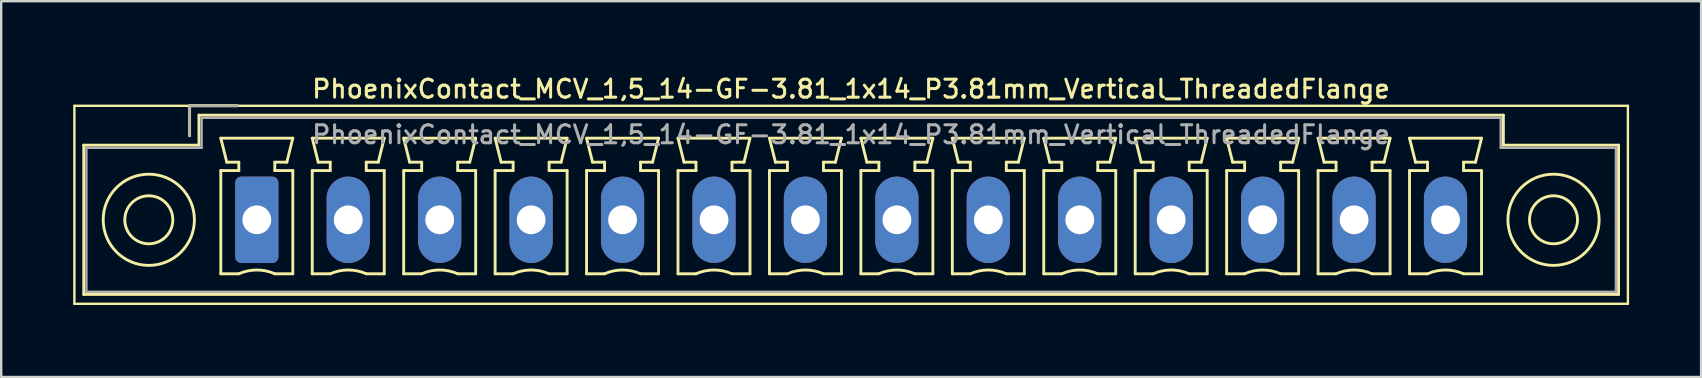
<source format=kicad_pcb>
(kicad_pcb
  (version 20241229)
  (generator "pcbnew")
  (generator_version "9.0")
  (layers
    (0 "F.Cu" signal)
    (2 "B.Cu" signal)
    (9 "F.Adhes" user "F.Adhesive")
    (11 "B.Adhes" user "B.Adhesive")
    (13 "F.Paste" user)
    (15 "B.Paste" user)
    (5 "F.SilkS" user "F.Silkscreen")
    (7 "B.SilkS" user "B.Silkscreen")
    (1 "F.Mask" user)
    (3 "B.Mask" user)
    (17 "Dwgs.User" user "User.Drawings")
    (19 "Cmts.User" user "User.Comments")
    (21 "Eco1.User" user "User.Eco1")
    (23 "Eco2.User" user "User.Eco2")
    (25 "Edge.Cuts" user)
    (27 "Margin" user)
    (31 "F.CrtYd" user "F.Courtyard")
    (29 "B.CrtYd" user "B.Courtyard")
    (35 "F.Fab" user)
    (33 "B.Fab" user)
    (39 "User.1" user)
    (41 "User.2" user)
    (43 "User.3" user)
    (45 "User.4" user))
  (footprint "PhoenixContact_MCV_1,5_14-GF-3.81_1x14_P3.81mm_Vertical_ThreadedFlange"
    (layer "F.Cu")
    (at 7.65 6.108)
    (property "Reference" "PhoenixContact_MCV_1,5_14-GF-3.81_1x14_P3.81mm_Vertical_ThreadedFlange" (at 24.76 -5.45 0) (layer "F.SilkS") (effects (font (size 0.75 0.75) (thickness 0.125))))
    (attr through_hole)
    (fp_line (start -7.6 -4.75) (end -7.6 3.5) (stroke (width 0.1) (type solid)) (layer "F.SilkS"))
    (fp_line (start -7.6 3.5) (end 57.13 3.5) (stroke (width 0.1) (type solid)) (layer "F.SilkS"))
    (fp_line (start -7.21 -3.11) (end -7.21 3.11) (stroke (width 0.12) (type solid)) (layer "F.SilkS"))
    (fp_line (start -7.21 3.11) (end 56.74 3.11) (stroke (width 0.12) (type solid)) (layer "F.SilkS"))
    (fp_line (start -2.8 -4.75) (end -0.8 -4.75) (stroke (width 0.12) (type solid)) (layer "F.SilkS"))
    (fp_line (start -2.8 -3.5) (end -2.8 -4.75) (stroke (width 0.12) (type solid)) (layer "F.SilkS"))
    (fp_line (start -2.41 -4.36) (end -2.41 -3.11) (stroke (width 0.12) (type solid)) (layer "F.SilkS"))
    (fp_line (start -2.41 -3.11) (end -7.21 -3.11) (stroke (width 0.12) (type solid)) (layer "F.SilkS"))
    (fp_line (start -1.5 -3.4) (end 1.5 -3.4) (stroke (width 0.12) (type solid)) (layer "F.SilkS"))
    (fp_line (start -1.5 -2.05) (end -0.75 -2.05) (stroke (width 0.12) (type solid)) (layer "F.SilkS"))
    (fp_line (start -1.5 2.25) (end -1.5 -2.05) (stroke (width 0.12) (type solid)) (layer "F.SilkS"))
    (fp_line (start -1.25 -2.4) (end -1.5 -3.4) (stroke (width 0.12) (type solid)) (layer "F.SilkS"))
    (fp_line (start -0.75 -2.4) (end -1.25 -2.4) (stroke (width 0.12) (type solid)) (layer "F.SilkS"))
    (fp_line (start -0.75 -2.05) (end -0.75 -2.4) (stroke (width 0.12) (type solid)) (layer "F.SilkS"))
    (fp_line (start -0.75 2.25) (end -1.5 2.25) (stroke (width 0.12) (type solid)) (layer "F.SilkS"))
    (fp_line (start 0.75 -2.4) (end 0.75 -2.05) (stroke (width 0.12) (type solid)) (layer "F.SilkS"))
    (fp_line (start 0.75 -2.05) (end 1.5 -2.05) (stroke (width 0.12) (type solid)) (layer "F.SilkS"))
    (fp_line (start 1.25 -2.4) (end 0.75 -2.4) (stroke (width 0.12) (type solid)) (layer "F.SilkS"))
    (fp_line (start 1.5 -3.4) (end 1.25 -2.4) (stroke (width 0.12) (type solid)) (layer "F.SilkS"))
    (fp_line (start 1.5 -2.05) (end 1.5 2.25) (stroke (width 0.12) (type solid)) (layer "F.SilkS"))
    (fp_line (start 1.5 2.25) (end 0.75 2.25) (stroke (width 0.12) (type solid)) (layer "F.SilkS"))
    (fp_line (start 2.31 -3.4) (end 5.31 -3.4) (stroke (width 0.12) (type solid)) (layer "F.SilkS"))
    (fp_line (start 2.31 -2.05) (end 3.06 -2.05) (stroke (width 0.12) (type solid)) (layer "F.SilkS"))
    (fp_line (start 2.31 2.25) (end 2.31 -2.05) (stroke (width 0.12) (type solid)) (layer "F.SilkS"))
    (fp_line (start 2.56 -2.4) (end 2.31 -3.4) (stroke (width 0.12) (type solid)) (layer "F.SilkS"))
    (fp_line (start 3.06 -2.4) (end 2.56 -2.4) (stroke (width 0.12) (type solid)) (layer "F.SilkS"))
    (fp_line (start 3.06 -2.05) (end 3.06 -2.4) (stroke (width 0.12) (type solid)) (layer "F.SilkS"))
    (fp_line (start 3.06 2.25) (end 2.31 2.25) (stroke (width 0.12) (type solid)) (layer "F.SilkS"))
    (fp_line (start 4.56 -2.4) (end 4.56 -2.05) (stroke (width 0.12) (type solid)) (layer "F.SilkS"))
    (fp_line (start 4.56 -2.05) (end 5.31 -2.05) (stroke (width 0.12) (type solid)) (layer "F.SilkS"))
    (fp_line (start 5.06 -2.4) (end 4.56 -2.4) (stroke (width 0.12) (type solid)) (layer "F.SilkS"))
    (fp_line (start 5.31 -3.4) (end 5.06 -2.4) (stroke (width 0.12) (type solid)) (layer "F.SilkS"))
    (fp_line (start 5.31 -2.05) (end 5.31 2.25) (stroke (width 0.12) (type solid)) (layer "F.SilkS"))
    (fp_line (start 5.31 2.25) (end 4.56 2.25) (stroke (width 0.12) (type solid)) (layer "F.SilkS"))
    (fp_line (start 6.12 -3.4) (end 9.12 -3.4) (stroke (width 0.12) (type solid)) (layer "F.SilkS"))
    (fp_line (start 6.12 -2.05) (end 6.87 -2.05) (stroke (width 0.12) (type solid)) (layer "F.SilkS"))
    (fp_line (start 6.12 2.25) (end 6.12 -2.05) (stroke (width 0.12) (type solid)) (layer "F.SilkS"))
    (fp_line (start 6.37 -2.4) (end 6.12 -3.4) (stroke (width 0.12) (type solid)) (layer "F.SilkS"))
    (fp_line (start 6.87 -2.4) (end 6.37 -2.4) (stroke (width 0.12) (type solid)) (layer "F.SilkS"))
    (fp_line (start 6.87 -2.05) (end 6.87 -2.4) (stroke (width 0.12) (type solid)) (layer "F.SilkS"))
    (fp_line (start 6.87 2.25) (end 6.12 2.25) (stroke (width 0.12) (type solid)) (layer "F.SilkS"))
    (fp_line (start 8.37 -2.4) (end 8.37 -2.05) (stroke (width 0.12) (type solid)) (layer "F.SilkS"))
    (fp_line (start 8.37 -2.05) (end 9.12 -2.05) (stroke (width 0.12) (type solid)) (layer "F.SilkS"))
    (fp_line (start 8.87 -2.4) (end 8.37 -2.4) (stroke (width 0.12) (type solid)) (layer "F.SilkS"))
    (fp_line (start 9.12 -3.4) (end 8.87 -2.4) (stroke (width 0.12) (type solid)) (layer "F.SilkS"))
    (fp_line (start 9.12 -2.05) (end 9.12 2.25) (stroke (width 0.12) (type solid)) (layer "F.SilkS"))
    (fp_line (start 9.12 2.25) (end 8.37 2.25) (stroke (width 0.12) (type solid)) (layer "F.SilkS"))
    (fp_line (start 9.93 -3.4) (end 12.93 -3.4) (stroke (width 0.12) (type solid)) (layer "F.SilkS"))
    (fp_line (start 9.93 -2.05) (end 10.68 -2.05) (stroke (width 0.12) (type solid)) (layer "F.SilkS"))
    (fp_line (start 9.93 2.25) (end 9.93 -2.05) (stroke (width 0.12) (type solid)) (layer "F.SilkS"))
    (fp_line (start 10.18 -2.4) (end 9.93 -3.4) (stroke (width 0.12) (type solid)) (layer "F.SilkS"))
    (fp_line (start 10.68 -2.4) (end 10.18 -2.4) (stroke (width 0.12) (type solid)) (layer "F.SilkS"))
    (fp_line (start 10.68 -2.05) (end 10.68 -2.4) (stroke (width 0.12) (type solid)) (layer "F.SilkS"))
    (fp_line (start 10.68 2.25) (end 9.93 2.25) (stroke (width 0.12) (type solid)) (layer "F.SilkS"))
    (fp_line (start 12.18 -2.4) (end 12.18 -2.05) (stroke (width 0.12) (type solid)) (layer "F.SilkS"))
    (fp_line (start 12.18 -2.05) (end 12.93 -2.05) (stroke (width 0.12) (type solid)) (layer "F.SilkS"))
    (fp_line (start 12.68 -2.4) (end 12.18 -2.4) (stroke (width 0.12) (type solid)) (layer "F.SilkS"))
    (fp_line (start 12.93 -3.4) (end 12.68 -2.4) (stroke (width 0.12) (type solid)) (layer "F.SilkS"))
    (fp_line (start 12.93 -2.05) (end 12.93 2.25) (stroke (width 0.12) (type solid)) (layer "F.SilkS"))
    (fp_line (start 12.93 2.25) (end 12.18 2.25) (stroke (width 0.12) (type solid)) (layer "F.SilkS"))
    (fp_line (start 13.74 -3.4) (end 16.74 -3.4) (stroke (width 0.12) (type solid)) (layer "F.SilkS"))
    (fp_line (start 13.74 -2.05) (end 14.49 -2.05) (stroke (width 0.12) (type solid)) (layer "F.SilkS"))
    (fp_line (start 13.74 2.25) (end 13.74 -2.05) (stroke (width 0.12) (type solid)) (layer "F.SilkS"))
    (fp_line (start 13.99 -2.4) (end 13.74 -3.4) (stroke (width 0.12) (type solid)) (layer "F.SilkS"))
    (fp_line (start 14.49 -2.4) (end 13.99 -2.4) (stroke (width 0.12) (type solid)) (layer "F.SilkS"))
    (fp_line (start 14.49 -2.05) (end 14.49 -2.4) (stroke (width 0.12) (type solid)) (layer "F.SilkS"))
    (fp_line (start 14.49 2.25) (end 13.74 2.25) (stroke (width 0.12) (type solid)) (layer "F.SilkS"))
    (fp_line (start 15.99 -2.4) (end 15.99 -2.05) (stroke (width 0.12) (type solid)) (layer "F.SilkS"))
    (fp_line (start 15.99 -2.05) (end 16.74 -2.05) (stroke (width 0.12) (type solid)) (layer "F.SilkS"))
    (fp_line (start 16.49 -2.4) (end 15.99 -2.4) (stroke (width 0.12) (type solid)) (layer "F.SilkS"))
    (fp_line (start 16.74 -3.4) (end 16.49 -2.4) (stroke (width 0.12) (type solid)) (layer "F.SilkS"))
    (fp_line (start 16.74 -2.05) (end 16.74 2.25) (stroke (width 0.12) (type solid)) (layer "F.SilkS"))
    (fp_line (start 16.74 2.25) (end 15.99 2.25) (stroke (width 0.12) (type solid)) (layer "F.SilkS"))
    (fp_line (start 17.55 -3.4) (end 20.55 -3.4) (stroke (width 0.12) (type solid)) (layer "F.SilkS"))
    (fp_line (start 17.55 -2.05) (end 18.3 -2.05) (stroke (width 0.12) (type solid)) (layer "F.SilkS"))
    (fp_line (start 17.55 2.25) (end 17.55 -2.05) (stroke (width 0.12) (type solid)) (layer "F.SilkS"))
    (fp_line (start 17.8 -2.4) (end 17.55 -3.4) (stroke (width 0.12) (type solid)) (layer "F.SilkS"))
    (fp_line (start 18.3 -2.4) (end 17.8 -2.4) (stroke (width 0.12) (type solid)) (layer "F.SilkS"))
    (fp_line (start 18.3 -2.05) (end 18.3 -2.4) (stroke (width 0.12) (type solid)) (layer "F.SilkS"))
    (fp_line (start 18.3 2.25) (end 17.55 2.25) (stroke (width 0.12) (type solid)) (layer "F.SilkS"))
    (fp_line (start 19.8 -2.4) (end 19.8 -2.05) (stroke (width 0.12) (type solid)) (layer "F.SilkS"))
    (fp_line (start 19.8 -2.05) (end 20.55 -2.05) (stroke (width 0.12) (type solid)) (layer "F.SilkS"))
    (fp_line (start 20.3 -2.4) (end 19.8 -2.4) (stroke (width 0.12) (type solid)) (layer "F.SilkS"))
    (fp_line (start 20.55 -3.4) (end 20.3 -2.4) (stroke (width 0.12) (type solid)) (layer "F.SilkS"))
    (fp_line (start 20.55 -2.05) (end 20.55 2.25) (stroke (width 0.12) (type solid)) (layer "F.SilkS"))
    (fp_line (start 20.55 2.25) (end 19.8 2.25) (stroke (width 0.12) (type solid)) (layer "F.SilkS"))
    (fp_line (start 21.36 -3.4) (end 24.36 -3.4) (stroke (width 0.12) (type solid)) (layer "F.SilkS"))
    (fp_line (start 21.36 -2.05) (end 22.11 -2.05) (stroke (width 0.12) (type solid)) (layer "F.SilkS"))
    (fp_line (start 21.36 2.25) (end 21.36 -2.05) (stroke (width 0.12) (type solid)) (layer "F.SilkS"))
    (fp_line (start 21.61 -2.4) (end 21.36 -3.4) (stroke (width 0.12) (type solid)) (layer "F.SilkS"))
    (fp_line (start 22.11 -2.4) (end 21.61 -2.4) (stroke (width 0.12) (type solid)) (layer "F.SilkS"))
    (fp_line (start 22.11 -2.05) (end 22.11 -2.4) (stroke (width 0.12) (type solid)) (layer "F.SilkS"))
    (fp_line (start 22.11 2.25) (end 21.36 2.25) (stroke (width 0.12) (type solid)) (layer "F.SilkS"))
    (fp_line (start 23.61 -2.4) (end 23.61 -2.05) (stroke (width 0.12) (type solid)) (layer "F.SilkS"))
    (fp_line (start 23.61 -2.05) (end 24.36 -2.05) (stroke (width 0.12) (type solid)) (layer "F.SilkS"))
    (fp_line (start 24.11 -2.4) (end 23.61 -2.4) (stroke (width 0.12) (type solid)) (layer "F.SilkS"))
    (fp_line (start 24.36 -3.4) (end 24.11 -2.4) (stroke (width 0.12) (type solid)) (layer "F.SilkS"))
    (fp_line (start 24.36 -2.05) (end 24.36 2.25) (stroke (width 0.12) (type solid)) (layer "F.SilkS"))
    (fp_line (start 24.36 2.25) (end 23.61 2.25) (stroke (width 0.12) (type solid)) (layer "F.SilkS"))
    (fp_line (start 25.17 -3.4) (end 28.17 -3.4) (stroke (width 0.12) (type solid)) (layer "F.SilkS"))
    (fp_line (start 25.17 -2.05) (end 25.92 -2.05) (stroke (width 0.12) (type solid)) (layer "F.SilkS"))
    (fp_line (start 25.17 2.25) (end 25.17 -2.05) (stroke (width 0.12) (type solid)) (layer "F.SilkS"))
    (fp_line (start 25.42 -2.4) (end 25.17 -3.4) (stroke (width 0.12) (type solid)) (layer "F.SilkS"))
    (fp_line (start 25.92 -2.4) (end 25.42 -2.4) (stroke (width 0.12) (type solid)) (layer "F.SilkS"))
    (fp_line (start 25.92 -2.05) (end 25.92 -2.4) (stroke (width 0.12) (type solid)) (layer "F.SilkS"))
    (fp_line (start 25.92 2.25) (end 25.17 2.25) (stroke (width 0.12) (type solid)) (layer "F.SilkS"))
    (fp_line (start 27.42 -2.4) (end 27.42 -2.05) (stroke (width 0.12) (type solid)) (layer "F.SilkS"))
    (fp_line (start 27.42 -2.05) (end 28.17 -2.05) (stroke (width 0.12) (type solid)) (layer "F.SilkS"))
    (fp_line (start 27.92 -2.4) (end 27.42 -2.4) (stroke (width 0.12) (type solid)) (layer "F.SilkS"))
    (fp_line (start 28.17 -3.4) (end 27.92 -2.4) (stroke (width 0.12) (type solid)) (layer "F.SilkS"))
    (fp_line (start 28.17 -2.05) (end 28.17 2.25) (stroke (width 0.12) (type solid)) (layer "F.SilkS"))
    (fp_line (start 28.17 2.25) (end 27.42 2.25) (stroke (width 0.12) (type solid)) (layer "F.SilkS"))
    (fp_line (start 28.98 -3.4) (end 31.98 -3.4) (stroke (width 0.12) (type solid)) (layer "F.SilkS"))
    (fp_line (start 28.98 -2.05) (end 29.73 -2.05) (stroke (width 0.12) (type solid)) (layer "F.SilkS"))
    (fp_line (start 28.98 2.25) (end 28.98 -2.05) (stroke (width 0.12) (type solid)) (layer "F.SilkS"))
    (fp_line (start 29.23 -2.4) (end 28.98 -3.4) (stroke (width 0.12) (type solid)) (layer "F.SilkS"))
    (fp_line (start 29.73 -2.4) (end 29.23 -2.4) (stroke (width 0.12) (type solid)) (layer "F.SilkS"))
    (fp_line (start 29.73 -2.05) (end 29.73 -2.4) (stroke (width 0.12) (type solid)) (layer "F.SilkS"))
    (fp_line (start 29.73 2.25) (end 28.98 2.25) (stroke (width 0.12) (type solid)) (layer "F.SilkS"))
    (fp_line (start 31.23 -2.4) (end 31.23 -2.05) (stroke (width 0.12) (type solid)) (layer "F.SilkS"))
    (fp_line (start 31.23 -2.05) (end 31.98 -2.05) (stroke (width 0.12) (type solid)) (layer "F.SilkS"))
    (fp_line (start 31.73 -2.4) (end 31.23 -2.4) (stroke (width 0.12) (type solid)) (layer "F.SilkS"))
    (fp_line (start 31.98 -3.4) (end 31.73 -2.4) (stroke (width 0.12) (type solid)) (layer "F.SilkS"))
    (fp_line (start 31.98 -2.05) (end 31.98 2.25) (stroke (width 0.12) (type solid)) (layer "F.SilkS"))
    (fp_line (start 31.98 2.25) (end 31.23 2.25) (stroke (width 0.12) (type solid)) (layer "F.SilkS"))
    (fp_line (start 32.79 -3.4) (end 35.79 -3.4) (stroke (width 0.12) (type solid)) (layer "F.SilkS"))
    (fp_line (start 32.79 -2.05) (end 33.54 -2.05) (stroke (width 0.12) (type solid)) (layer "F.SilkS"))
    (fp_line (start 32.79 2.25) (end 32.79 -2.05) (stroke (width 0.12) (type solid)) (layer "F.SilkS"))
    (fp_line (start 33.04 -2.4) (end 32.79 -3.4) (stroke (width 0.12) (type solid)) (layer "F.SilkS"))
    (fp_line (start 33.54 -2.4) (end 33.04 -2.4) (stroke (width 0.12) (type solid)) (layer "F.SilkS"))
    (fp_line (start 33.54 -2.05) (end 33.54 -2.4) (stroke (width 0.12) (type solid)) (layer "F.SilkS"))
    (fp_line (start 33.54 2.25) (end 32.79 2.25) (stroke (width 0.12) (type solid)) (layer "F.SilkS"))
    (fp_line (start 35.04 -2.4) (end 35.04 -2.05) (stroke (width 0.12) (type solid)) (layer "F.SilkS"))
    (fp_line (start 35.04 -2.05) (end 35.79 -2.05) (stroke (width 0.12) (type solid)) (layer "F.SilkS"))
    (fp_line (start 35.54 -2.4) (end 35.04 -2.4) (stroke (width 0.12) (type solid)) (layer "F.SilkS"))
    (fp_line (start 35.79 -3.4) (end 35.54 -2.4) (stroke (width 0.12) (type solid)) (layer "F.SilkS"))
    (fp_line (start 35.79 -2.05) (end 35.79 2.25) (stroke (width 0.12) (type solid)) (layer "F.SilkS"))
    (fp_line (start 35.79 2.25) (end 35.04 2.25) (stroke (width 0.12) (type solid)) (layer "F.SilkS"))
    (fp_line (start 36.6 -3.4) (end 39.6 -3.4) (stroke (width 0.12) (type solid)) (layer "F.SilkS"))
    (fp_line (start 36.6 -2.05) (end 37.35 -2.05) (stroke (width 0.12) (type solid)) (layer "F.SilkS"))
    (fp_line (start 36.6 2.25) (end 36.6 -2.05) (stroke (width 0.12) (type solid)) (layer "F.SilkS"))
    (fp_line (start 36.85 -2.4) (end 36.6 -3.4) (stroke (width 0.12) (type solid)) (layer "F.SilkS"))
    (fp_line (start 37.35 -2.4) (end 36.85 -2.4) (stroke (width 0.12) (type solid)) (layer "F.SilkS"))
    (fp_line (start 37.35 -2.05) (end 37.35 -2.4) (stroke (width 0.12) (type solid)) (layer "F.SilkS"))
    (fp_line (start 37.35 2.25) (end 36.6 2.25) (stroke (width 0.12) (type solid)) (layer "F.SilkS"))
    (fp_line (start 38.85 -2.4) (end 38.85 -2.05) (stroke (width 0.12) (type solid)) (layer "F.SilkS"))
    (fp_line (start 38.85 -2.05) (end 39.6 -2.05) (stroke (width 0.12) (type solid)) (layer "F.SilkS"))
    (fp_line (start 39.35 -2.4) (end 38.85 -2.4) (stroke (width 0.12) (type solid)) (layer "F.SilkS"))
    (fp_line (start 39.6 -3.4) (end 39.35 -2.4) (stroke (width 0.12) (type solid)) (layer "F.SilkS"))
    (fp_line (start 39.6 -2.05) (end 39.6 2.25) (stroke (width 0.12) (type solid)) (layer "F.SilkS"))
    (fp_line (start 39.6 2.25) (end 38.85 2.25) (stroke (width 0.12) (type solid)) (layer "F.SilkS"))
    (fp_line (start 40.41 -3.4) (end 43.41 -3.4) (stroke (width 0.12) (type solid)) (layer "F.SilkS"))
    (fp_line (start 40.41 -2.05) (end 41.16 -2.05) (stroke (width 0.12) (type solid)) (layer "F.SilkS"))
    (fp_line (start 40.41 2.25) (end 40.41 -2.05) (stroke (width 0.12) (type solid)) (layer "F.SilkS"))
    (fp_line (start 40.66 -2.4) (end 40.41 -3.4) (stroke (width 0.12) (type solid)) (layer "F.SilkS"))
    (fp_line (start 41.16 -2.4) (end 40.66 -2.4) (stroke (width 0.12) (type solid)) (layer "F.SilkS"))
    (fp_line (start 41.16 -2.05) (end 41.16 -2.4) (stroke (width 0.12) (type solid)) (layer "F.SilkS"))
    (fp_line (start 41.16 2.25) (end 40.41 2.25) (stroke (width 0.12) (type solid)) (layer "F.SilkS"))
    (fp_line (start 42.66 -2.4) (end 42.66 -2.05) (stroke (width 0.12) (type solid)) (layer "F.SilkS"))
    (fp_line (start 42.66 -2.05) (end 43.41 -2.05) (stroke (width 0.12) (type solid)) (layer "F.SilkS"))
    (fp_line (start 43.16 -2.4) (end 42.66 -2.4) (stroke (width 0.12) (type solid)) (layer "F.SilkS"))
    (fp_line (start 43.41 -3.4) (end 43.16 -2.4) (stroke (width 0.12) (type solid)) (layer "F.SilkS"))
    (fp_line (start 43.41 -2.05) (end 43.41 2.25) (stroke (width 0.12) (type solid)) (layer "F.SilkS"))
    (fp_line (start 43.41 2.25) (end 42.66 2.25) (stroke (width 0.12) (type solid)) (layer "F.SilkS"))
    (fp_line (start 44.22 -3.4) (end 47.22 -3.4) (stroke (width 0.12) (type solid)) (layer "F.SilkS"))
    (fp_line (start 44.22 -2.05) (end 44.97 -2.05) (stroke (width 0.12) (type solid)) (layer "F.SilkS"))
    (fp_line (start 44.22 2.25) (end 44.22 -2.05) (stroke (width 0.12) (type solid)) (layer "F.SilkS"))
    (fp_line (start 44.47 -2.4) (end 44.22 -3.4) (stroke (width 0.12) (type solid)) (layer "F.SilkS"))
    (fp_line (start 44.97 -2.4) (end 44.47 -2.4) (stroke (width 0.12) (type solid)) (layer "F.SilkS"))
    (fp_line (start 44.97 -2.05) (end 44.97 -2.4) (stroke (width 0.12) (type solid)) (layer "F.SilkS"))
    (fp_line (start 44.97 2.25) (end 44.22 2.25) (stroke (width 0.12) (type solid)) (layer "F.SilkS"))
    (fp_line (start 46.47 -2.4) (end 46.47 -2.05) (stroke (width 0.12) (type solid)) (layer "F.SilkS"))
    (fp_line (start 46.47 -2.05) (end 47.22 -2.05) (stroke (width 0.12) (type solid)) (layer "F.SilkS"))
    (fp_line (start 46.97 -2.4) (end 46.47 -2.4) (stroke (width 0.12) (type solid)) (layer "F.SilkS"))
    (fp_line (start 47.22 -3.4) (end 46.97 -2.4) (stroke (width 0.12) (type solid)) (layer "F.SilkS"))
    (fp_line (start 47.22 -2.05) (end 47.22 2.25) (stroke (width 0.12) (type solid)) (layer "F.SilkS"))
    (fp_line (start 47.22 2.25) (end 46.47 2.25) (stroke (width 0.12) (type solid)) (layer "F.SilkS"))
    (fp_line (start 48.03 -3.4) (end 51.03 -3.4) (stroke (width 0.12) (type solid)) (layer "F.SilkS"))
    (fp_line (start 48.03 -2.05) (end 48.78 -2.05) (stroke (width 0.12) (type solid)) (layer "F.SilkS"))
    (fp_line (start 48.03 2.25) (end 48.03 -2.05) (stroke (width 0.12) (type solid)) (layer "F.SilkS"))
    (fp_line (start 48.28 -2.4) (end 48.03 -3.4) (stroke (width 0.12) (type solid)) (layer "F.SilkS"))
    (fp_line (start 48.78 -2.4) (end 48.28 -2.4) (stroke (width 0.12) (type solid)) (layer "F.SilkS"))
    (fp_line (start 48.78 -2.05) (end 48.78 -2.4) (stroke (width 0.12) (type solid)) (layer "F.SilkS"))
    (fp_line (start 48.78 2.25) (end 48.03 2.25) (stroke (width 0.12) (type solid)) (layer "F.SilkS"))
    (fp_line (start 50.28 -2.4) (end 50.28 -2.05) (stroke (width 0.12) (type solid)) (layer "F.SilkS"))
    (fp_line (start 50.28 -2.05) (end 51.03 -2.05) (stroke (width 0.12) (type solid)) (layer "F.SilkS"))
    (fp_line (start 50.78 -2.4) (end 50.28 -2.4) (stroke (width 0.12) (type solid)) (layer "F.SilkS"))
    (fp_line (start 51.03 -3.4) (end 50.78 -2.4) (stroke (width 0.12) (type solid)) (layer "F.SilkS"))
    (fp_line (start 51.03 -2.05) (end 51.03 2.25) (stroke (width 0.12) (type solid)) (layer "F.SilkS"))
    (fp_line (start 51.03 2.25) (end 50.28 2.25) (stroke (width 0.12) (type solid)) (layer "F.SilkS"))
    (fp_line (start 51.94 -4.36) (end -2.41 -4.36) (stroke (width 0.12) (type solid)) (layer "F.SilkS"))
    (fp_line (start 51.94 -3.11) (end 51.94 -4.36) (stroke (width 0.12) (type solid)) (layer "F.SilkS"))
    (fp_line (start 56.74 -3.11) (end 51.94 -3.11) (stroke (width 0.12) (type solid)) (layer "F.SilkS"))
    (fp_line (start 56.74 3.11) (end 56.74 -3.11) (stroke (width 0.12) (type solid)) (layer "F.SilkS"))
    (fp_line (start 57.13 -4.75) (end -7.6 -4.75) (stroke (width 0.1) (type solid)) (layer "F.SilkS"))
    (fp_line (start 57.13 3.5) (end 57.13 -4.75) (stroke (width 0.1) (type solid)) (layer "F.SilkS"))
    (fp_arc (start -0.75 2.25) (mid -0.000193 2.09191) (end 0.749647 2.249844) (stroke (width 0.12) (type solid)) (layer "F.SilkS"))
    (fp_arc (start 3.06 2.25) (mid 3.809807 2.09191) (end 4.559647 2.249844) (stroke (width 0.12) (type solid)) (layer "F.SilkS"))
    (fp_arc (start 6.87 2.25) (mid 7.619807 2.09191) (end 8.369647 2.249844) (stroke (width 0.12) (type solid)) (layer "F.SilkS"))
    (fp_arc (start 10.68 2.25) (mid 11.429807 2.09191) (end 12.179647 2.249844) (stroke (width 0.12) (type solid)) (layer "F.SilkS"))
    (fp_arc (start 14.49 2.25) (mid 15.239807 2.09191) (end 15.989647 2.249844) (stroke (width 0.12) (type solid)) (layer "F.SilkS"))
    (fp_arc (start 18.3 2.25) (mid 19.049807 2.09191) (end 19.799647 2.249844) (stroke (width 0.12) (type solid)) (layer "F.SilkS"))
    (fp_arc (start 22.11 2.25) (mid 22.859807 2.09191) (end 23.609647 2.249844) (stroke (width 0.12) (type solid)) (layer "F.SilkS"))
    (fp_arc (start 25.92 2.25) (mid 26.669807 2.09191) (end 27.419647 2.249844) (stroke (width 0.12) (type solid)) (layer "F.SilkS"))
    (fp_arc (start 29.73 2.25) (mid 30.479807 2.09191) (end 31.229647 2.249844) (stroke (width 0.12) (type solid)) (layer "F.SilkS"))
    (fp_arc (start 33.54 2.25) (mid 34.289807 2.09191) (end 35.039647 2.249844) (stroke (width 0.12) (type solid)) (layer "F.SilkS"))
    (fp_arc (start 37.35 2.25) (mid 38.099807 2.09191) (end 38.849647 2.249844) (stroke (width 0.12) (type solid)) (layer "F.SilkS"))
    (fp_arc (start 41.16 2.25) (mid 41.909807 2.09191) (end 42.659647 2.249844) (stroke (width 0.12) (type solid)) (layer "F.SilkS"))
    (fp_arc (start 44.97 2.25) (mid 45.719807 2.09191) (end 46.469647 2.249844) (stroke (width 0.12) (type solid)) (layer "F.SilkS"))
    (fp_arc (start 48.78 2.25) (mid 49.529807 2.09191) (end 50.279647 2.249844) (stroke (width 0.12) (type solid)) (layer "F.SilkS"))
    (fp_circle (center -4.5 0) (end -3.5 0) (stroke (width 0.12) (type solid)) (fill no) (layer "F.SilkS"))
    (fp_circle (center -4.5 0) (end -2.6 0) (stroke (width 0.12) (type solid)) (fill no) (layer "F.SilkS"))
    (fp_circle (center 54.03 0) (end 55.03 0) (stroke (width 0.12) (type solid)) (fill no) (layer "F.SilkS"))
    (fp_circle (center 54.03 0) (end 55.93 0) (stroke (width 0.12) (type solid)) (fill no) (layer "F.SilkS"))
    (fp_line (start -7.1 -3) (end -7.1 3) (stroke (width 0.1) (type solid)) (layer "F.Fab"))
    (fp_line (start -7.1 3) (end 56.63 3) (stroke (width 0.1) (type solid)) (layer "F.Fab"))
    (fp_line (start -2.8 -4.75) (end -0.8 -4.75) (stroke (width 0.1) (type solid)) (layer "F.Fab"))
    (fp_line (start -2.8 -3.5) (end -2.8 -4.75) (stroke (width 0.1) (type solid)) (layer "F.Fab"))
    (fp_line (start -2.3 -4.25) (end -2.3 -3) (stroke (width 0.1) (type solid)) (layer "F.Fab"))
    (fp_line (start -2.3 -3) (end -7.1 -3) (stroke (width 0.1) (type solid)) (layer "F.Fab"))
    (fp_line (start 51.83 -4.25) (end -2.3 -4.25) (stroke (width 0.1) (type solid)) (layer "F.Fab"))
    (fp_line (start 51.83 -3) (end 51.83 -4.25) (stroke (width 0.1) (type solid)) (layer "F.Fab"))
    (fp_line (start 56.63 -3) (end 51.83 -3) (stroke (width 0.1) (type solid)) (layer "F.Fab"))
    (fp_line (start 56.63 3) (end 56.63 -3) (stroke (width 0.1) (type solid)) (layer "F.Fab"))
    (fp_text user "${REFERENCE}" (at 24.76 -3.55 0) (layer "F.Fab") (effects (font (size 0.75 0.75) (thickness 0.125))))
    (pad "1" thru_hole roundrect (at 0 0) (size 1.8 3.6) (drill 1.2) (layers "*.Cu" "*.Mask") (roundrect_rratio 0.139))
    (pad "2" thru_hole oval (at 3.81 0) (size 1.8 3.6) (drill 1.2) (layers "*.Cu" "*.Mask"))
    (pad "3" thru_hole oval (at 7.62 0) (size 1.8 3.6) (drill 1.2) (layers "*.Cu" "*.Mask"))
    (pad "4" thru_hole oval (at 11.43 0) (size 1.8 3.6) (drill 1.2) (layers "*.Cu" "*.Mask"))
    (pad "5" thru_hole oval (at 15.24 0) (size 1.8 3.6) (drill 1.2) (layers "*.Cu" "*.Mask"))
    (pad "6" thru_hole oval (at 19.05 0) (size 1.8 3.6) (drill 1.2) (layers "*.Cu" "*.Mask"))
    (pad "7" thru_hole oval (at 22.86 0) (size 1.8 3.6) (drill 1.2) (layers "*.Cu" "*.Mask"))
    (pad "8" thru_hole oval (at 26.67 0) (size 1.8 3.6) (drill 1.2) (layers "*.Cu" "*.Mask"))
    (pad "9" thru_hole oval (at 30.48 0) (size 1.8 3.6) (drill 1.2) (layers "*.Cu" "*.Mask"))
    (pad "10" thru_hole oval (at 34.29 0) (size 1.8 3.6) (drill 1.2) (layers "*.Cu" "*.Mask"))
    (pad "11" thru_hole oval (at 38.1 0) (size 1.8 3.6) (drill 1.2) (layers "*.Cu" "*.Mask"))
    (pad "12" thru_hole oval (at 41.91 0) (size 1.8 3.6) (drill 1.2) (layers "*.Cu" "*.Mask"))
    (pad "13" thru_hole oval (at 45.72 0) (size 1.8 3.6) (drill 1.2) (layers "*.Cu" "*.Mask"))
    (pad "14" thru_hole oval (at 49.53 0) (size 1.8 3.6) (drill 1.2) (layers "*.Cu" "*.Mask")))
  (gr_rect
    (start -3 -3)
    (end 67.83 12.658)
    (stroke (width 0.1) (type default))
    (fill no)
    (layer "Edge.Cuts")))
</source>
